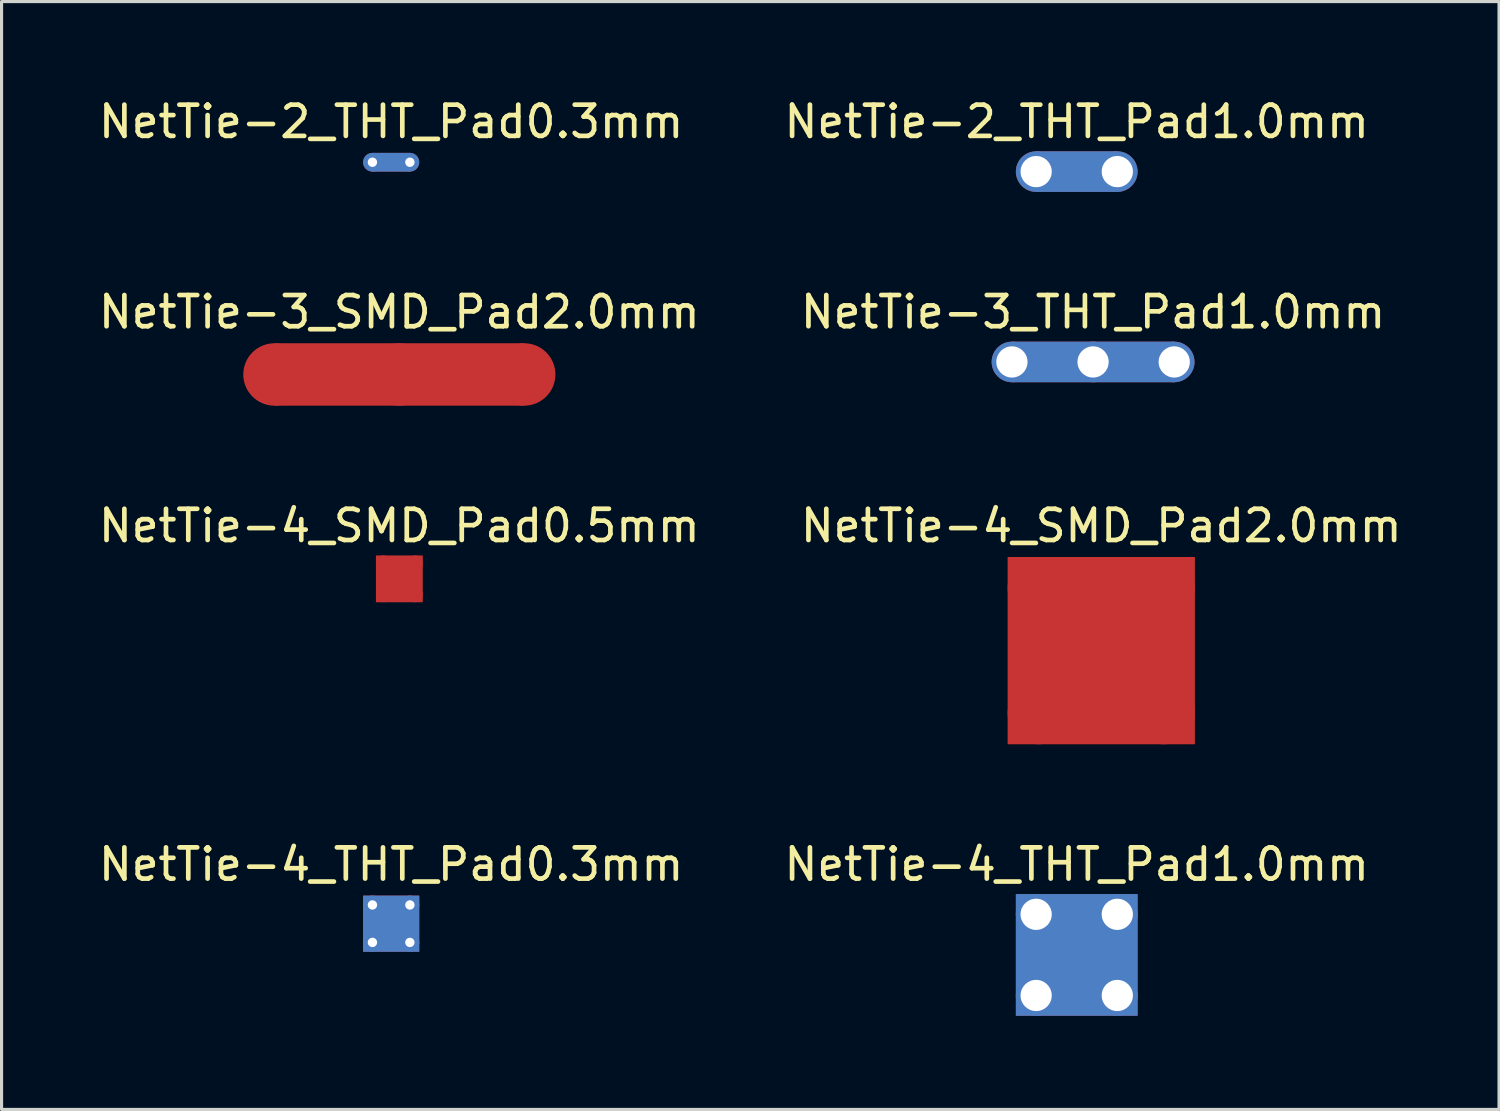
<source format=kicad_pcb>
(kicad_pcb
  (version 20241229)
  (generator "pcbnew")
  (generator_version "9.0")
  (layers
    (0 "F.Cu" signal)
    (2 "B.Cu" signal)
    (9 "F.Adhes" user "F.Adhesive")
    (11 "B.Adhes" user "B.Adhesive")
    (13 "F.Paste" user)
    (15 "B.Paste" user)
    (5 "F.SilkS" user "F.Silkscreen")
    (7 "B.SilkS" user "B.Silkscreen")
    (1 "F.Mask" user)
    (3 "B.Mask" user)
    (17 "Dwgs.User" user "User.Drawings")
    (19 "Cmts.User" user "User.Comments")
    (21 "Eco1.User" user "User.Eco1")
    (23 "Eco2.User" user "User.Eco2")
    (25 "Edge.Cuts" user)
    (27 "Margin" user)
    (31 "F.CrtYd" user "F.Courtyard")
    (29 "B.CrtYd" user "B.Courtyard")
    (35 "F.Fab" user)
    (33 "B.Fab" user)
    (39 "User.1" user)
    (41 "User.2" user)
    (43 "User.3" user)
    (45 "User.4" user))
  (footprint "NetTie-4_THT_Pad1.0mm"
    (layer "F.Cu")
    (at 30.146 26.243)
    (property "Reference" "NetTie-4_THT_Pad1.0mm" (at 1.3 -1.6 0) (layer "F.SilkS") (effects (font (size 1 1) (thickness 0.15))))
    (attr exclude_from_pos_files exclude_from_bom allow_missing_courtyard)
    (fp_poly (pts (xy -0.65 -0.65) (xy 3.25 -0.65) (xy 3.25 3.25) (xy -0.65 3.25)) (stroke (width 0) (type solid)) (fill yes) (layer "F.Cu"))
    (fp_poly (pts (xy -0.65 -0.65) (xy 3.25 -0.65) (xy 3.25 3.25) (xy -0.65 3.25)) (stroke (width 0) (type solid)) (fill yes) (layer "B.Cu"))
    (pad "1" thru_hole circle (at 0 0) (size 1.3 1.3) (drill 1) (layers "*.Cu"))
    (pad "2" thru_hole circle (at 2.6 0) (size 1.3 1.3) (drill 1) (layers "*.Cu"))
    (pad "3" thru_hole circle (at 0 2.6) (size 1.3 1.3) (drill 1) (layers "*.Cu"))
    (pad "4" thru_hole circle (at 2.6 2.6) (size 1.3 1.3) (drill 1) (layers "*.Cu")))
  (footprint "NetTie-3_SMD_Pad2.0mm"
    (layer "F.Cu")
    (at 9.744 8.947)
    (property "Reference" "NetTie-3_SMD_Pad2.0mm" (at 0 -2 0) (layer "F.SilkS") (effects (font (size 1 1) (thickness 0.15))))
    (attr exclude_from_pos_files exclude_from_bom allow_missing_courtyard)
    (fp_poly (pts (xy -4 -1) (xy 4 -1) (xy 4 1) (xy -4 1)) (stroke (width 0) (type solid)) (fill yes) (layer "F.Cu"))
    (pad "1" smd circle (at -4 0) (size 2 2) (layers "F.Cu"))
    (pad "2" smd circle (at 0 0) (size 2 2) (layers "F.Cu"))
    (pad "3" smd circle (at 4 0) (size 2 2) (layers "F.Cu")))
  (footprint "NetTie-2_THT_Pad0.3mm"
    (layer "F.Cu")
    (at 8.882 2.148)
    (property "Reference" "NetTie-2_THT_Pad0.3mm" (at 0.6 -1.3 0) (layer "F.SilkS") (effects (font (size 1 1) (thickness 0.15))))
    (attr exclude_from_pos_files exclude_from_bom allow_missing_courtyard)
    (fp_poly (pts (xy 0 -0.3) (xy 1.2 -0.3) (xy 1.2 0.3) (xy 0 0.3)) (stroke (width 0) (type solid)) (fill yes) (layer "F.Cu"))
    (fp_poly (pts (xy 0 -0.3) (xy 1.2 -0.3) (xy 1.2 0.3) (xy 0 0.3)) (stroke (width 0) (type solid)) (fill yes) (layer "B.Cu"))
    (pad "1" thru_hole circle (at 0 0) (size 0.6 0.6) (drill 0.3) (layers "*.Cu"))
    (pad "2" thru_hole circle (at 1.2 0) (size 0.6 0.6) (drill 0.3) (layers "*.Cu")))
  (footprint "NetTie-3_THT_Pad1.0mm"
    (layer "F.Cu")
    (at 29.37 8.546)
    (property "Reference" "NetTie-3_THT_Pad1.0mm" (at 2.6 -1.6 0) (layer "F.SilkS") (effects (font (size 1 1) (thickness 0.15))))
    (attr exclude_from_pos_files exclude_from_bom allow_missing_courtyard)
    (fp_poly (pts (xy 0 -0.65) (xy 5.2 -0.65) (xy 5.2 0.65) (xy 0 0.65)) (stroke (width 0) (type solid)) (fill yes) (layer "F.Cu"))
    (fp_poly (pts (xy 0 -0.65) (xy 5.2 -0.65) (xy 5.2 0.65) (xy 0 0.65)) (stroke (width 0) (type solid)) (fill yes) (layer "B.Cu"))
    (pad "1" thru_hole circle (at 0 0) (size 1.3 1.3) (drill 1) (layers "*.Cu"))
    (pad "2" thru_hole circle (at 2.6 0) (size 1.3 1.3) (drill 1) (layers "*.Cu"))
    (pad "3" thru_hole circle (at 5.2 0) (size 1.3 1.3) (drill 1) (layers "*.Cu")))
  (footprint "NetTie-4_SMD_Pad0.5mm"
    (layer "F.Cu")
    (at 9.744 15.495)
    (property "Reference" "NetTie-4_SMD_Pad0.5mm" (at 0 -1.7 0) (layer "F.SilkS") (effects (font (size 1 1) (thickness 0.15))))
    (attr exclude_from_pos_files exclude_from_bom allow_missing_courtyard)
    (fp_poly (pts (xy -0.75 -0.75) (xy 0.75 -0.75) (xy 0.75 0.75) (xy -0.75 0.75)) (stroke (width 0) (type solid)) (fill yes) (layer "F.Cu"))
    (pad "1" smd circle (at -0.5 -0.5) (size 0.5 0.5) (layers "F.Cu"))
    (pad "2" smd circle (at 0.5 -0.5) (size 0.5 0.5) (layers "F.Cu"))
    (pad "3" smd circle (at -0.5 0.5) (size 0.5 0.5) (layers "F.Cu"))
    (pad "4" smd circle (at 0.5 0.5) (size 0.5 0.5) (layers "F.Cu")))
  (footprint "NetTie-4_SMD_Pad2.0mm"
    (layer "F.Cu")
    (at 32.232 17.795)
    (property "Reference" "NetTie-4_SMD_Pad2.0mm" (at 0 -4 0) (layer "F.SilkS") (effects (font (size 1 1) (thickness 0.15))))
    (attr exclude_from_pos_files exclude_from_bom allow_missing_courtyard)
    (fp_poly (pts (xy -3 -3) (xy 3 -3) (xy 3 3) (xy -3 3)) (stroke (width 0) (type solid)) (fill yes) (layer "F.Cu"))
    (pad "1" smd circle (at -2 -2) (size 2 2) (layers "F.Cu"))
    (pad "2" smd circle (at 2 -2) (size 2 2) (layers "F.Cu"))
    (pad "3" smd circle (at -2 2) (size 2 2) (layers "F.Cu"))
    (pad "4" smd circle (at 2 2) (size 2 2) (layers "F.Cu")))
  (footprint "NetTie-4_THT_Pad0.3mm"
    (layer "F.Cu")
    (at 8.882 25.943)
    (property "Reference" "NetTie-4_THT_Pad0.3mm" (at 0.6 -1.3 0) (layer "F.SilkS") (effects (font (size 1 1) (thickness 0.15))))
    (attr exclude_from_pos_files exclude_from_bom allow_missing_courtyard)
    (fp_poly (pts (xy -0.3 -0.3) (xy 1.5 -0.3) (xy 1.5 1.5) (xy -0.3 1.5)) (stroke (width 0) (type solid)) (fill yes) (layer "F.Cu"))
    (fp_poly (pts (xy -0.3 -0.3) (xy 1.5 -0.3) (xy 1.5 1.5) (xy -0.3 1.5)) (stroke (width 0) (type solid)) (fill yes) (layer "B.Cu"))
    (pad "1" thru_hole circle (at 0 0) (size 0.6 0.6) (drill 0.3) (layers "*.Cu"))
    (pad "2" thru_hole circle (at 1.2 0) (size 0.6 0.6) (drill 0.3) (layers "*.Cu"))
    (pad "3" thru_hole circle (at 0 1.2) (size 0.6 0.6) (drill 0.3) (layers "*.Cu"))
    (pad "4" thru_hole circle (at 1.2 1.2) (size 0.6 0.6) (drill 0.3) (layers "*.Cu")))
  (footprint "NetTie-2_THT_Pad1.0mm"
    (layer "F.Cu")
    (at 30.146 2.448)
    (property "Reference" "NetTie-2_THT_Pad1.0mm" (at 1.3 -1.6 0) (layer "F.SilkS") (effects (font (size 1 1) (thickness 0.15))))
    (attr exclude_from_pos_files exclude_from_bom allow_missing_courtyard)
    (fp_poly (pts (xy 0 -0.65) (xy 2.6 -0.65) (xy 2.6 0.65) (xy 0 0.65)) (stroke (width 0) (type solid)) (fill yes) (layer "F.Cu"))
    (fp_poly (pts (xy 0 -0.65) (xy 2.6 -0.65) (xy 2.6 0.65) (xy 0 0.65)) (stroke (width 0) (type solid)) (fill yes) (layer "B.Cu"))
    (pad "1" thru_hole circle (at 0 0) (size 1.3 1.3) (drill 1) (layers "*.Cu"))
    (pad "2" thru_hole circle (at 2.6 0) (size 1.3 1.3) (drill 1) (layers "*.Cu")))
  (gr_rect
    (start -3 -3)
    (end 44.976 32.493)
    (stroke (width 0.1) (type default))
    (fill no)
    (layer "Edge.Cuts")))
</source>
